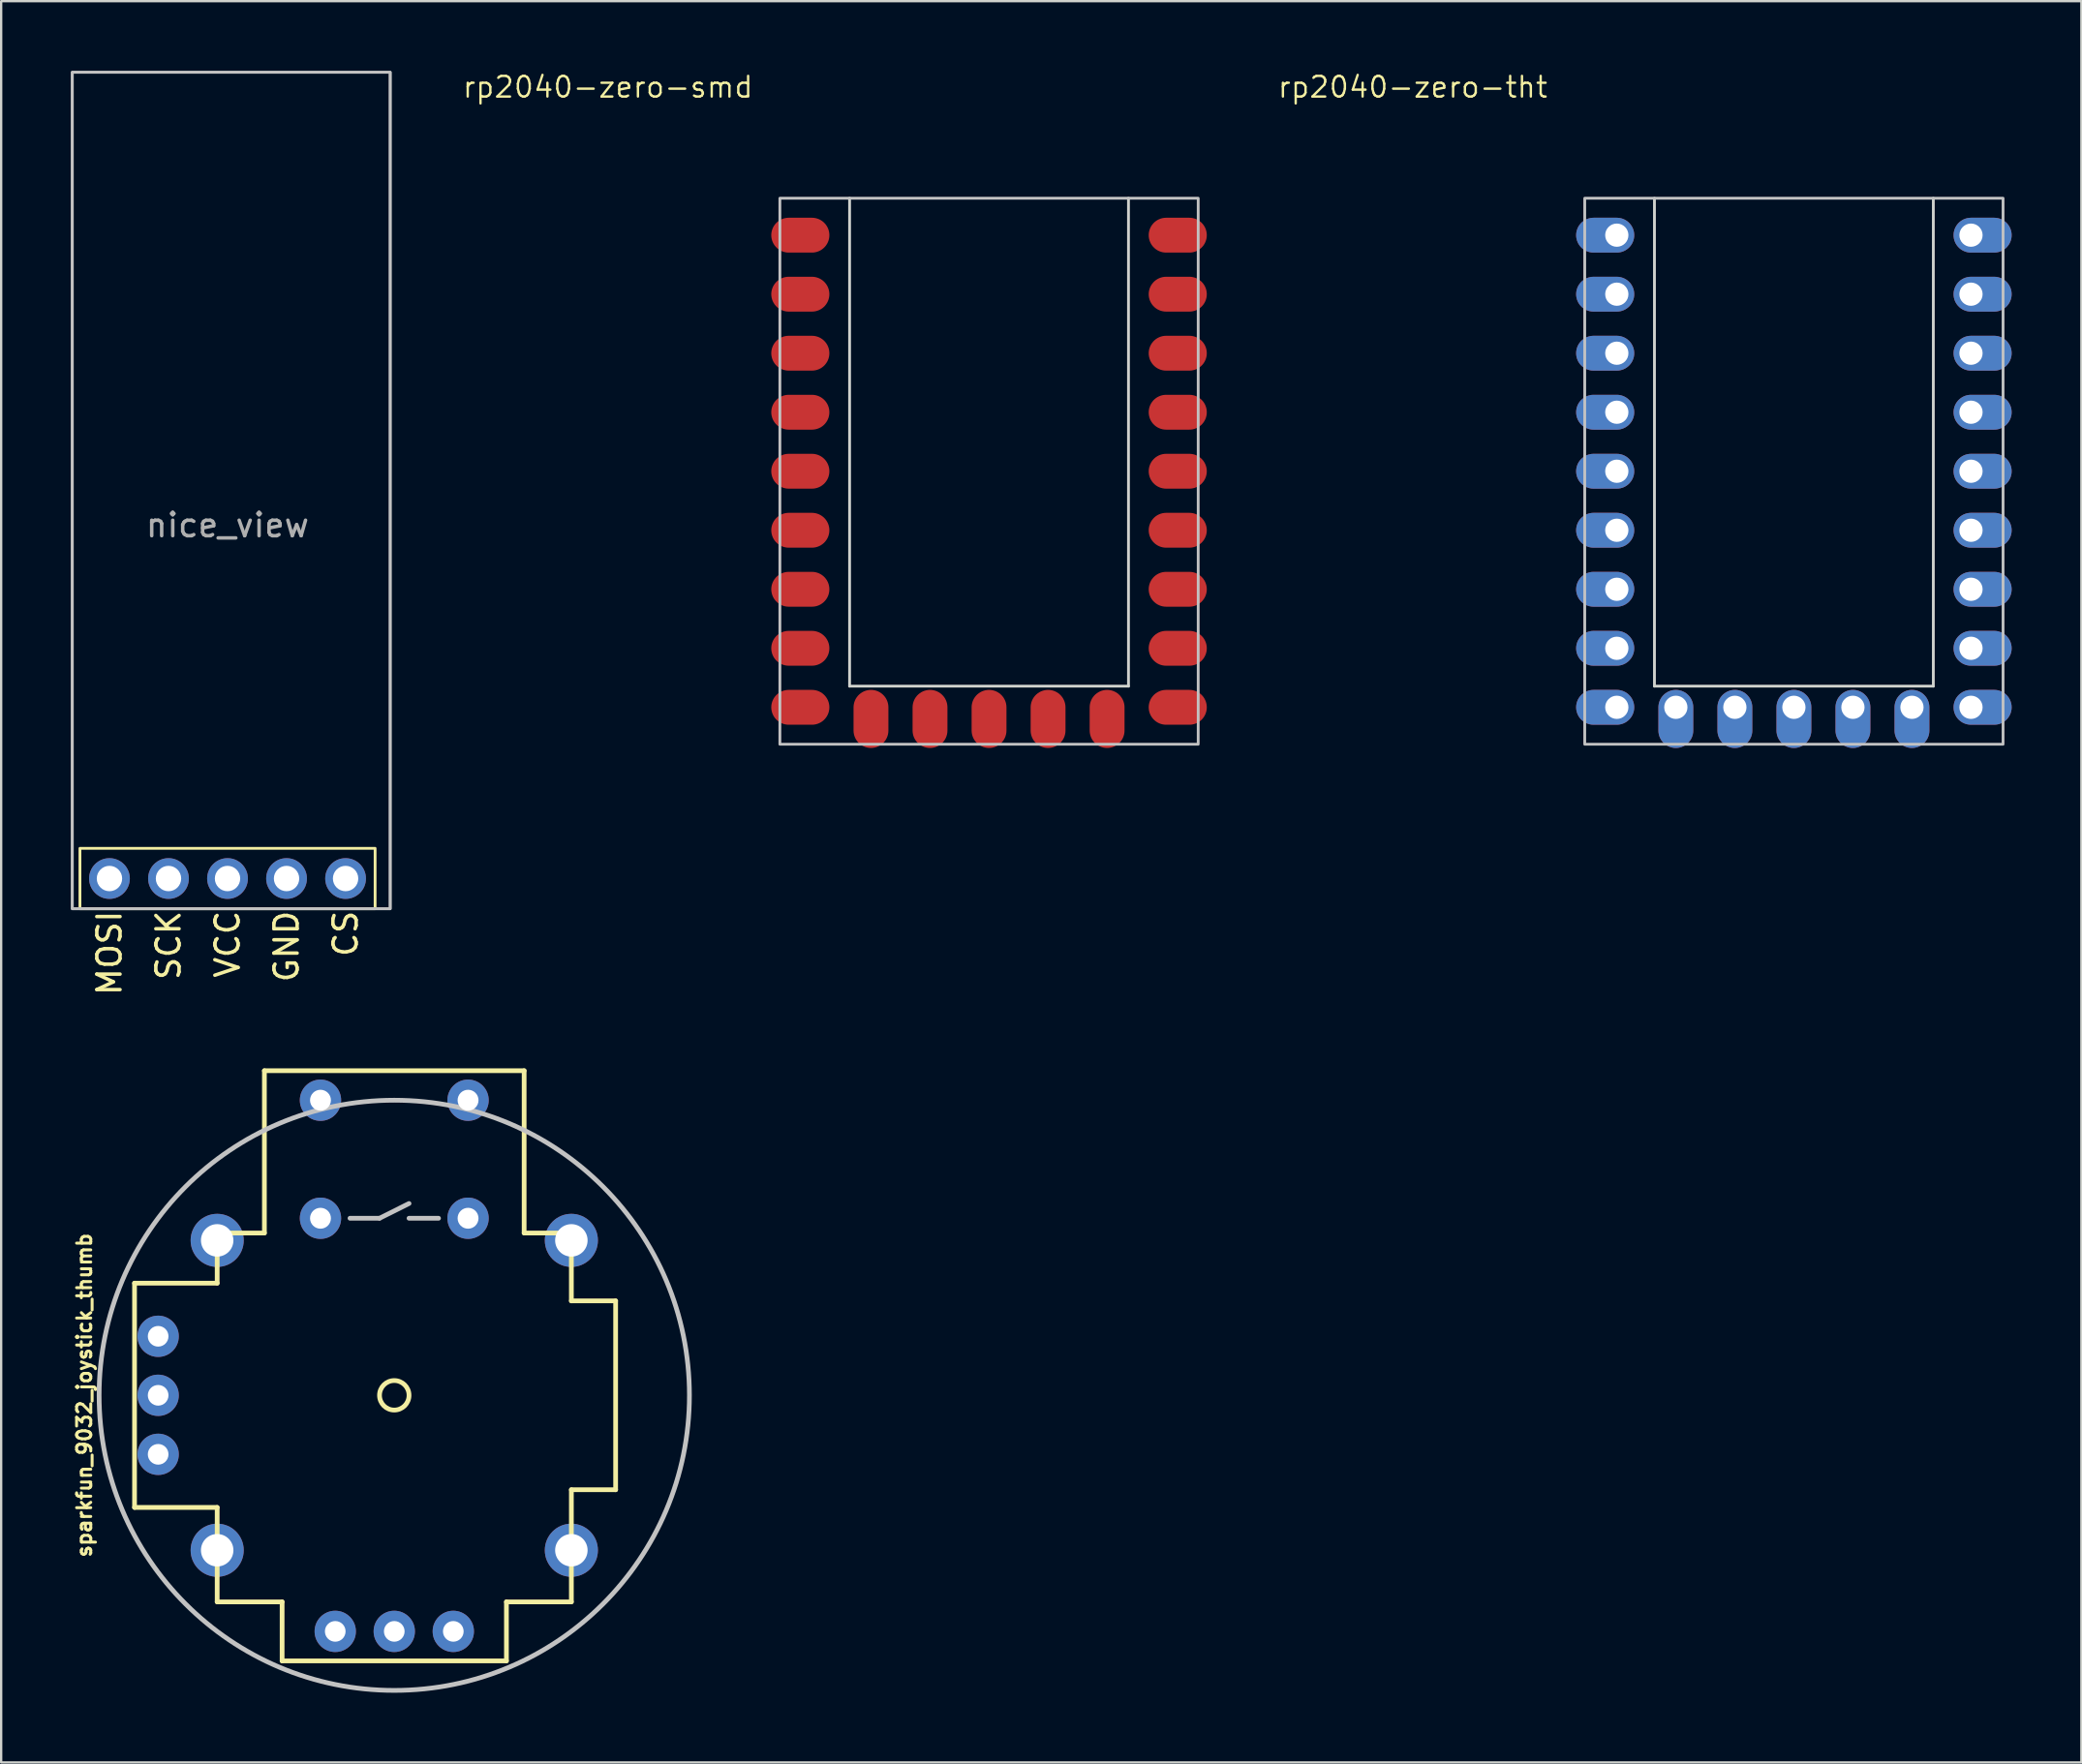
<source format=kicad_pcb>
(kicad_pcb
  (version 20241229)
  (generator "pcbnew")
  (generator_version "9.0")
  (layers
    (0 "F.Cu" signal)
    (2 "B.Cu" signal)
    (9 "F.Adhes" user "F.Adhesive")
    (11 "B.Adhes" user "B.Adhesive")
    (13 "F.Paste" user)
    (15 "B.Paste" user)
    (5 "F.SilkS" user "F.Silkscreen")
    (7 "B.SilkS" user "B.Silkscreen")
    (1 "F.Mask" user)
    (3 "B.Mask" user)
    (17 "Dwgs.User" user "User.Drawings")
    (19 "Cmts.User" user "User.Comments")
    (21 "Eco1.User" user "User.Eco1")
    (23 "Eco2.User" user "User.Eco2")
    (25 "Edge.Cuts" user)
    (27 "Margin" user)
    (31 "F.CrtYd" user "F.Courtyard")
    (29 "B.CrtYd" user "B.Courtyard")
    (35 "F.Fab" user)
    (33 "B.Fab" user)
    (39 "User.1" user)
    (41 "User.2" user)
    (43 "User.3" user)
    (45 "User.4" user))
  (footprint "nice_view"
    (layer "F.Cu")
    (at 6.74 18.28)
    (property "Reference" "nice_view" (at 0 1.27 0) (unlocked yes) (layer "F.Fab") (effects (font (size 1 1) (thickness 0.15))))
    (attr through_hole)
    (fp_rect (start -6.35 15.18) (end 6.35 17.78) (stroke (width 0.12) (type solid)) (fill no) (layer "F.SilkS"))
    (fp_rect (start 7 17.78) (end -6.68 -18.22) (stroke (width 0.12) (type solid)) (fill no) (layer "Dwgs.User"))
    (fp_rect (start 7 17.78) (end -6.68 -18.22) (stroke (width 0.12) (type solid)) (fill no) (layer "F.Fab"))
    (fp_text user "GND" (at 2.54 17.78 90) (unlocked yes) (layer "F.SilkS") (effects (font (size 1 1) (thickness 0.15)) (justify right)))
    (fp_text user "CS" (at 5.08 17.78 90) (unlocked yes) (layer "F.SilkS") (effects (font (size 1 1) (thickness 0.15)) (justify right)))
    (fp_text user "MOSI" (at -5.08 17.78 90) (unlocked yes) (layer "F.SilkS") (effects (font (size 1 1) (thickness 0.15)) (justify right)))
    (fp_text user "SCK" (at -2.54 17.78 90) (unlocked yes) (layer "F.SilkS") (effects (font (size 1 1) (thickness 0.15)) (justify right)))
    (fp_text user "VCC" (at 0 17.78 90) (unlocked yes) (layer "F.SilkS") (effects (font (size 1 1) (thickness 0.15)) (justify right)))
    (pad "1" thru_hole circle (at -5.08 16.48) (size 1.753 1.753) (drill 1.092) (layers "*.Cu" "*.Mask"))
    (pad "2" thru_hole circle (at -2.54 16.48) (size 1.753 1.753) (drill 1.092) (layers "*.Cu" "*.Mask"))
    (pad "3" thru_hole circle (at 0 16.48) (size 1.753 1.753) (drill 1.092) (layers "*.Cu" "*.Mask"))
    (pad "4" thru_hole circle (at 2.54 16.48) (size 1.753 1.753) (drill 1.092) (layers "*.Cu" "*.Mask"))
    (pad "5" thru_hole circle (at 5.08 16.48) (size 1.753 1.753) (drill 1.092) (layers "*.Cu" "*.Mask")))
  (footprint "rp2040-zero-tht"
    (layer "F.Cu")
    (at 74.139 17.231)
    (property "Reference" "rp2040-zero-tht" (at -16.399 -16.533 0) (layer "F.SilkS") (effects (font (size 0.889 0.889) (thickness 0.102))))
    (attr through_hole exclude_from_pos_files)
    (fp_rect (start -9 -11.75) (end 9 11.75) (stroke (width 0.12) (type solid)) (fill no) (layer "Dwgs.User"))
    (fp_line (start -6 -11.75) (end -6 9.25) (stroke (width 0.12) (type solid)) (layer "Edge.Cuts"))
    (fp_line (start -6 9.25) (end 6 9.25) (stroke (width 0.12) (type solid)) (layer "Edge.Cuts"))
    (fp_line (start 6 9.25) (end 6 -11.75) (stroke (width 0.12) (type solid)) (layer "Edge.Cuts"))
    (pad "1" thru_hole oval (at 7.62 -10.16 180) (size 2.5 1.5) (drill 1 (offset -0.5 0)) (layers "*.Cu" "*.Mask"))
    (pad "2" thru_hole oval (at 7.62 -7.62 180) (size 2.5 1.5) (drill 1 (offset -0.5 0)) (layers "*.Cu" "*.Mask"))
    (pad "3" thru_hole oval (at 7.62 -5.08 180) (size 2.5 1.5) (drill 1 (offset -0.5 0)) (layers "*.Cu" "*.Mask"))
    (pad "4" thru_hole oval (at 7.62 -2.54 180) (size 2.5 1.5) (drill 1 (offset -0.5 0)) (layers "*.Cu" "*.Mask"))
    (pad "5" thru_hole oval (at 7.62 0 180) (size 2.5 1.5) (drill 1 (offset -0.5 0)) (layers "*.Cu" "*.Mask"))
    (pad "6" thru_hole oval (at 7.62 2.54 180) (size 2.5 1.5) (drill 1 (offset -0.5 0)) (layers "*.Cu" "*.Mask"))
    (pad "7" thru_hole oval (at 7.62 5.08 180) (size 2.5 1.5) (drill 1 (offset -0.5 0)) (layers "*.Cu" "*.Mask"))
    (pad "8" thru_hole oval (at 7.62 7.62 180) (size 2.5 1.5) (drill 1 (offset -0.5 0)) (layers "*.Cu" "*.Mask"))
    (pad "9" thru_hole oval (at 7.62 10.16 180) (size 2.5 1.5) (drill 1 (offset -0.5 0)) (layers "*.Cu" "*.Mask"))
    (pad "10" thru_hole oval (at 5.08 10.16 90) (size 2.5 1.5) (drill 1 (offset -0.5 0)) (layers "*.Cu" "*.Mask"))
    (pad "11" thru_hole oval (at 2.54 10.16 90) (size 2.5 1.5) (drill 1 (offset -0.5 0)) (layers "*.Cu" "*.Mask"))
    (pad "12" thru_hole oval (at 0 10.16 90) (size 2.5 1.5) (drill 1 (offset -0.5 0)) (layers "*.Cu" "*.Mask"))
    (pad "13" thru_hole oval (at -2.54 10.16 90) (size 2.5 1.5) (drill 1 (offset -0.5 0)) (layers "*.Cu" "*.Mask"))
    (pad "14" thru_hole oval (at -5.08 10.16 90) (size 2.5 1.5) (drill 1 (offset -0.5 0)) (layers "*.Cu" "*.Mask"))
    (pad "15" thru_hole oval (at -7.62 10.16) (size 2.5 1.5) (drill 1 (offset -0.5 0)) (layers "*.Cu" "*.Mask"))
    (pad "16" thru_hole oval (at -7.62 7.62) (size 2.5 1.5) (drill 1 (offset -0.5 0)) (layers "*.Cu" "*.Mask"))
    (pad "17" thru_hole oval (at -7.62 5.08) (size 2.5 1.5) (drill 1 (offset -0.5 0)) (layers "*.Cu" "*.Mask"))
    (pad "18" thru_hole oval (at -7.62 2.54) (size 2.5 1.5) (drill 1 (offset -0.5 0)) (layers "*.Cu" "*.Mask"))
    (pad "19" thru_hole oval (at -7.62 0) (size 2.5 1.5) (drill 1 (offset -0.5 0)) (layers "*.Cu" "*.Mask"))
    (pad "20" thru_hole oval (at -7.62 -2.54) (size 2.5 1.5) (drill 1 (offset -0.5 0)) (layers "*.Cu" "*.Mask"))
    (pad "21" thru_hole oval (at -7.62 -5.08) (size 2.5 1.5) (drill 1 (offset -0.5 0)) (layers "*.Cu" "*.Mask"))
    (pad "22" thru_hole oval (at -7.62 -7.62) (size 2.5 1.5) (drill 1 (offset -0.5 0)) (layers "*.Cu" "*.Mask"))
    (pad "23" thru_hole oval (at -7.62 -10.16) (size 2.5 1.5) (drill 1 (offset -0.5 0)) (layers "*.Cu" "*.Mask")))
  (footprint "sparkfun_9032_joystick_thumb"
    (layer "F.Cu")
    (at 13.915 57.001)
    (property "Reference" "sparkfun_9032_joystick_thumb" (at -13.335 0 90) (layer "F.SilkS") (effects (font (size 0.61 0.61) (thickness 0.127))))
    (attr exclude_from_pos_files exclude_from_bom)
    (fp_line (start -11.176 -4.826) (end -11.176 4.826) (stroke (width 0.203) (type solid)) (layer "F.SilkS"))
    (fp_line (start -7.62 -4.826) (end -11.176 -4.826) (stroke (width 0.203) (type solid)) (layer "F.SilkS"))
    (fp_line (start -7.62 -4.826) (end -7.62 -6.985) (stroke (width 0.203) (type solid)) (layer "F.SilkS"))
    (fp_line (start -7.62 4.826) (end -11.176 4.826) (stroke (width 0.203) (type solid)) (layer "F.SilkS"))
    (fp_line (start -7.62 4.826) (end -7.62 8.89) (stroke (width 0.203) (type solid)) (layer "F.SilkS"))
    (fp_line (start -5.588 -13.97) (end -5.588 -6.985) (stroke (width 0.203) (type solid)) (layer "F.SilkS"))
    (fp_line (start -5.588 -6.985) (end -7.62 -6.985) (stroke (width 0.203) (type solid)) (layer "F.SilkS"))
    (fp_line (start -4.826 8.89) (end -7.62 8.89) (stroke (width 0.203) (type solid)) (layer "F.SilkS"))
    (fp_line (start -4.826 11.43) (end -4.826 8.89) (stroke (width 0.203) (type solid)) (layer "F.SilkS"))
    (fp_line (start 4.826 8.89) (end 7.62 8.89) (stroke (width 0.203) (type solid)) (layer "F.SilkS"))
    (fp_line (start 4.826 11.43) (end -4.826 11.43) (stroke (width 0.203) (type solid)) (layer "F.SilkS"))
    (fp_line (start 4.826 11.43) (end 4.826 8.89) (stroke (width 0.203) (type solid)) (layer "F.SilkS"))
    (fp_line (start 5.588 -13.97) (end -5.588 -13.97) (stroke (width 0.203) (type solid)) (layer "F.SilkS"))
    (fp_line (start 5.588 -13.97) (end 5.588 -6.985) (stroke (width 0.203) (type solid)) (layer "F.SilkS"))
    (fp_line (start 7.62 -6.985) (end 5.588 -6.985) (stroke (width 0.203) (type solid)) (layer "F.SilkS"))
    (fp_line (start 7.62 -4.064) (end 7.62 -6.985) (stroke (width 0.203) (type solid)) (layer "F.SilkS"))
    (fp_line (start 7.62 -4.064) (end 9.525 -4.064) (stroke (width 0.203) (type solid)) (layer "F.SilkS"))
    (fp_line (start 7.62 4.064) (end 7.62 8.89) (stroke (width 0.203) (type solid)) (layer "F.SilkS"))
    (fp_line (start 7.62 4.064) (end 9.525 4.064) (stroke (width 0.203) (type solid)) (layer "F.SilkS"))
    (fp_line (start 9.525 -4.064) (end 9.525 4.064) (stroke (width 0.203) (type solid)) (layer "F.SilkS"))
    (fp_circle (center 0 0) (end 0 -0.635) (stroke (width 0.203) (type solid)) (fill no) (layer "F.SilkS"))
    (fp_line (start -1.905 -7.62) (end -0.635 -7.62) (stroke (width 0.203) (type solid)) (layer "Dwgs.User"))
    (fp_line (start -0.635 -7.62) (end 0.635 -8.255) (stroke (width 0.203) (type solid)) (layer "Dwgs.User"))
    (fp_line (start 0.635 -7.62) (end 1.905 -7.62) (stroke (width 0.203) (type solid)) (layer "Dwgs.User"))
    (fp_circle (center 0 0) (end 0 -12.7) (stroke (width 0.203) (type solid)) (fill no) (layer "Dwgs.User"))
    (pad "B1A" thru_hole circle (at -3.175 -12.7) (size 1.778 1.778) (drill 0.899) (layers "*.Cu" "*.Mask"))
    (pad "B1B" thru_hole circle (at 3.175 -12.7) (size 1.778 1.778) (drill 0.899) (layers "*.Cu" "*.Mask"))
    (pad "B2A" thru_hole circle (at -3.175 -7.62) (size 1.778 1.778) (drill 0.899) (layers "*.Cu" "*.Mask"))
    (pad "B2B" thru_hole circle (at 3.175 -7.62) (size 1.778 1.778) (drill 0.899) (layers "*.Cu" "*.Mask"))
    (pad "H1" thru_hole circle (at -2.54 10.16) (size 1.778 1.778) (drill 0.889) (layers "*.Cu" "*.Mask"))
    (pad "H2" thru_hole circle (at 0 10.16) (size 1.778 1.778) (drill 0.889) (layers "*.Cu" "*.Mask"))
    (pad "H3" thru_hole circle (at 2.54 10.16) (size 1.778 1.778) (drill 0.889) (layers "*.Cu" "*.Mask"))
    (pad "MOUN" thru_hole circle (at -7.62 -6.668) (size 2.286 2.286) (drill 1.397) (layers "*.Cu" "*.Mask"))
    (pad "MOUN" thru_hole circle (at -7.62 6.668) (size 2.286 2.286) (drill 1.397) (layers "*.Cu" "*.Mask"))
    (pad "MOUN" thru_hole circle (at 7.62 -6.668) (size 2.286 2.286) (drill 1.397) (layers "*.Cu" "*.Mask"))
    (pad "MOUN" thru_hole circle (at 7.62 6.668) (size 2.286 2.286) (drill 1.397) (layers "*.Cu" "*.Mask"))
    (pad "V1" thru_hole circle (at -10.16 -2.54) (size 1.778 1.778) (drill 0.889) (layers "*.Cu" "*.Mask"))
    (pad "V2" thru_hole circle (at -10.16 0) (size 1.778 1.778) (drill 0.889) (layers "*.Cu" "*.Mask"))
    (pad "V3" thru_hole circle (at -10.16 2.54) (size 1.778 1.778) (drill 0.889) (layers "*.Cu" "*.Mask")))
  (footprint "rp2040-zero-smd"
    (layer "F.Cu")
    (at 39.507 17.231)
    (property "Reference" "rp2040-zero-smd" (at -16.399 -16.533 0) (layer "F.SilkS") (effects (font (size 0.889 0.889) (thickness 0.102))))
    (attr smd exclude_from_pos_files)
    (fp_rect (start -9 -11.75) (end 9 11.75) (stroke (width 0.12) (type solid)) (fill no) (layer "Dwgs.User"))
    (fp_line (start -6 -11.75) (end -6 9.25) (stroke (width 0.12) (type solid)) (layer "Edge.Cuts"))
    (fp_line (start -6 9.25) (end 6 9.25) (stroke (width 0.12) (type solid)) (layer "Edge.Cuts"))
    (fp_line (start 6 9.25) (end 6 -11.75) (stroke (width 0.12) (type solid)) (layer "Edge.Cuts"))
    (pad "1" smd oval (at 7.62 -10.16 180) (size 2.5 1.5) (drill (offset -0.5 0)) (layers "F.Cu" "F.Mask" "F.Paste"))
    (pad "2" smd oval (at 7.62 -7.62 180) (size 2.5 1.5) (drill (offset -0.5 0)) (layers "F.Cu" "F.Mask" "F.Paste"))
    (pad "3" smd oval (at 7.62 -5.08 180) (size 2.5 1.5) (drill (offset -0.5 0)) (layers "F.Cu" "F.Mask" "F.Paste"))
    (pad "4" smd oval (at 7.62 -2.54 180) (size 2.5 1.5) (drill (offset -0.5 0)) (layers "F.Cu" "F.Mask" "F.Paste"))
    (pad "5" smd oval (at 7.62 0 180) (size 2.5 1.5) (drill (offset -0.5 0)) (layers "F.Cu" "F.Mask" "F.Paste"))
    (pad "6" smd oval (at 7.62 2.54 180) (size 2.5 1.5) (drill (offset -0.5 0)) (layers "F.Cu" "F.Mask" "F.Paste"))
    (pad "7" smd oval (at 7.62 5.08 180) (size 2.5 1.5) (drill (offset -0.5 0)) (layers "F.Cu" "F.Mask" "F.Paste"))
    (pad "8" smd oval (at 7.62 7.62 180) (size 2.5 1.5) (drill (offset -0.5 0)) (layers "F.Cu" "F.Mask" "F.Paste"))
    (pad "9" smd oval (at 7.62 10.16 180) (size 2.5 1.5) (drill (offset -0.5 0)) (layers "F.Cu" "F.Mask" "F.Paste"))
    (pad "10" smd oval (at 5.08 10.16 90) (size 2.5 1.5) (drill (offset -0.5 0)) (layers "F.Cu" "F.Mask" "F.Paste"))
    (pad "11" smd oval (at 2.54 10.16 90) (size 2.5 1.5) (drill (offset -0.5 0)) (layers "F.Cu" "F.Mask" "F.Paste"))
    (pad "12" smd oval (at 0 10.16 90) (size 2.5 1.5) (drill (offset -0.5 0)) (layers "F.Cu" "F.Mask" "F.Paste"))
    (pad "13" smd oval (at -2.54 10.16 90) (size 2.5 1.5) (drill (offset -0.5 0)) (layers "F.Cu" "F.Mask" "F.Paste"))
    (pad "14" smd oval (at -5.08 10.16 90) (size 2.5 1.5) (drill (offset -0.5 0)) (layers "F.Cu" "F.Mask" "F.Paste"))
    (pad "15" smd oval (at -7.62 10.16) (size 2.5 1.5) (drill (offset -0.5 0)) (layers "F.Cu" "F.Mask" "F.Paste"))
    (pad "16" smd oval (at -7.62 7.62) (size 2.5 1.5) (drill (offset -0.5 0)) (layers "F.Cu" "F.Mask" "F.Paste"))
    (pad "17" smd oval (at -7.62 5.08) (size 2.5 1.5) (drill (offset -0.5 0)) (layers "F.Cu" "F.Mask" "F.Paste"))
    (pad "18" smd oval (at -7.62 2.54) (size 2.5 1.5) (drill (offset -0.5 0)) (layers "F.Cu" "F.Mask" "F.Paste"))
    (pad "19" smd oval (at -7.62 0) (size 2.5 1.5) (drill (offset -0.5 0)) (layers "F.Cu" "F.Mask" "F.Paste"))
    (pad "20" smd oval (at -7.62 -2.54) (size 2.5 1.5) (drill (offset -0.5 0)) (layers "F.Cu" "F.Mask" "F.Paste"))
    (pad "21" smd oval (at -7.62 -5.08) (size 2.5 1.5) (drill (offset -0.5 0)) (layers "F.Cu" "F.Mask" "F.Paste"))
    (pad "22" smd oval (at -7.62 -7.62) (size 2.5 1.5) (drill (offset -0.5 0)) (layers "F.Cu" "F.Mask" "F.Paste"))
    (pad "23" smd oval (at -7.62 -10.16) (size 2.5 1.5) (drill (offset -0.5 0)) (layers "F.Cu" "F.Mask" "F.Paste")))
  (gr_rect
    (start -3 -3)
    (end 86.509 72.802)
    (stroke (width 0.1) (type default))
    (fill no)
    (layer "Edge.Cuts")))
</source>
